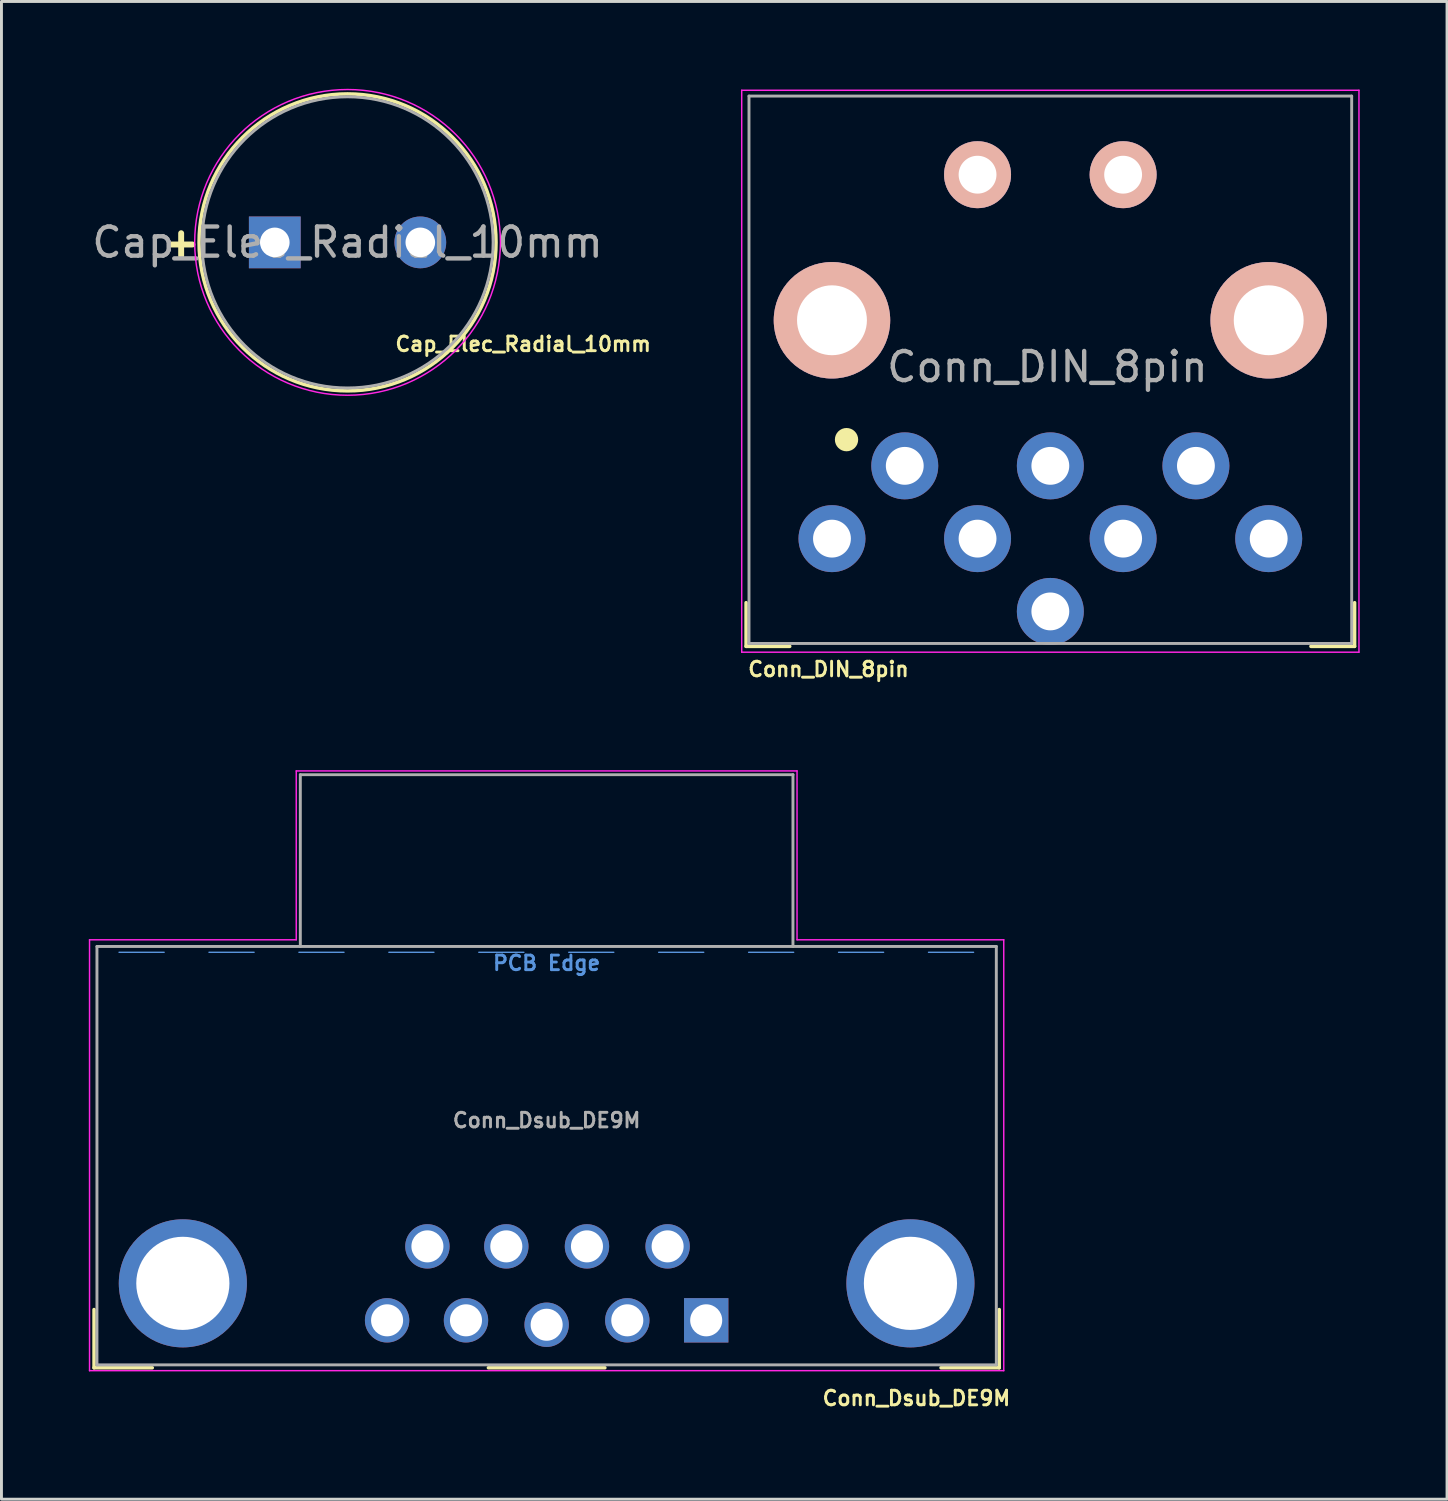
<source format=kicad_pcb>
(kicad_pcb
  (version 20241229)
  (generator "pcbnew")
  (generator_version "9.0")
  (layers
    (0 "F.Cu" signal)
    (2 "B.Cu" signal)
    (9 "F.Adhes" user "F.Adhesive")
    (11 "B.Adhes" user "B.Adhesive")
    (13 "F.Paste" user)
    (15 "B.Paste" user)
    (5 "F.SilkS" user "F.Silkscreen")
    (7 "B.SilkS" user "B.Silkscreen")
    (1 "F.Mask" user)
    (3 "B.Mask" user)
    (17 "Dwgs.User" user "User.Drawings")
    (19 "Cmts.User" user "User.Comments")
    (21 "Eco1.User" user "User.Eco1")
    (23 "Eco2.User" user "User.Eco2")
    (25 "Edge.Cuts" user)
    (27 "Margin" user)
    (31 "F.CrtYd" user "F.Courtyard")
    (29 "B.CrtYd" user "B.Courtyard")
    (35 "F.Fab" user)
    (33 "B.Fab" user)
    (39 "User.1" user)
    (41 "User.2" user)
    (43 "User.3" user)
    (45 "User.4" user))
  (footprint "Conn_DIN_8pin"
    (layer "F.Cu")
    (at 33.025 0.25)
    (property "Reference" "Conn_DIN_8pin" (at -7.62 19.685 0) (layer "F.SilkS") (effects (font (size 0.5 0.5) (thickness 0.1))))
    (attr through_hole)
    (fp_line (start -10.45 18.9) (end -10.45 17.4) (stroke (width 0.12) (type solid)) (layer "F.SilkS"))
    (fp_line (start -10.45 18.9) (end -8.95 18.9) (stroke (width 0.12) (type solid)) (layer "F.SilkS"))
    (fp_line (start 10.45 18.9) (end 8.95 18.9) (stroke (width 0.12) (type solid)) (layer "F.SilkS"))
    (fp_line (start 10.45 18.9) (end 10.45 17.4) (stroke (width 0.12) (type solid)) (layer "F.SilkS"))
    (fp_circle (center -7 11.8) (end -6.8 11.8) (stroke (width 0.4) (type solid)) (fill no) (layer "F.SilkS"))
    (fp_line (start -10.6 -0.2) (end -10.6 19.1) (stroke (width 0.05) (type solid)) (layer "F.CrtYd"))
    (fp_line (start -10.6 19.1) (end 10.6 19.1) (stroke (width 0.05) (type solid)) (layer "F.CrtYd"))
    (fp_line (start 10.6 -0.2) (end -10.6 -0.2) (stroke (width 0.05) (type solid)) (layer "F.CrtYd"))
    (fp_line (start 10.6 19.1) (end 10.6 -0.2) (stroke (width 0.05) (type solid)) (layer "F.CrtYd"))
    (fp_line (start -10.35 0) (end 10.35 0) (stroke (width 0.1) (type solid)) (layer "F.Fab"))
    (fp_line (start -10.35 18.8) (end -10.35 0) (stroke (width 0.1) (type solid)) (layer "F.Fab"))
    (fp_line (start 10.35 0) (end 10.35 18.8) (stroke (width 0.1) (type solid)) (layer "F.Fab"))
    (fp_line (start 10.35 18.8) (end -10.35 18.8) (stroke (width 0.1) (type solid)) (layer "F.Fab"))
    (fp_text user "${REFERENCE}" (at -0.1 9.3 0) (layer "F.Fab") (effects (font (size 1 1) (thickness 0.15))))
    (pad "1" thru_hole circle (at -5 12.7 180) (size 2.3 2.3) (drill 1.3) (layers "*.Cu" "*.Mask"))
    (pad "2" thru_hole circle (at 0 12.7 180) (size 2.3 2.3) (drill 1.3) (layers "*.Cu" "*.Mask"))
    (pad "3" thru_hole circle (at 5 12.7 180) (size 2.3 2.3) (drill 1.3) (layers "*.Cu" "*.Mask"))
    (pad "4" thru_hole circle (at -2.5 15.2 180) (size 2.3 2.3) (drill 1.3) (layers "*.Cu" "*.Mask"))
    (pad "5" thru_hole circle (at 2.5 15.2 180) (size 2.3 2.3) (drill 1.3) (layers "*.Cu" "*.Mask"))
    (pad "6" thru_hole circle (at -7.5 15.2 180) (size 2.3 2.3) (drill 1.3) (layers "*.Cu" "*.Mask"))
    (pad "7" thru_hole circle (at 7.5 15.2 180) (size 2.3 2.3) (drill 1.3) (layers "*.Cu" "*.Mask"))
    (pad "8" thru_hole circle (at 0 17.7 180) (size 2.3 2.3) (drill 1.3) (layers "*.Cu" "*.Mask"))
    (pad "SH" thru_hole circle (at -7.5 7.7 180) (size 4 4) (drill 2.4) (layers "*.Cu" "*.Mask" "B.SilkS"))
    (pad "SH" thru_hole circle (at -2.5 2.7 180) (size 2.3 2.3) (drill 1.3) (layers "*.Cu" "*.Mask" "B.SilkS"))
    (pad "SH" thru_hole circle (at 2.5 2.7 180) (size 2.3 2.3) (drill 1.3) (layers "*.Cu" "*.Mask" "B.SilkS"))
    (pad "SH" thru_hole circle (at 7.5 7.7 180) (size 4 4) (drill 2.4) (layers "*.Cu" "*.Mask" "B.SilkS")))
  (footprint "Conn_Dsub_DE9M"
    (layer "F.Cu")
    (at 15.725 41.028)
    (property "Reference" "Conn_Dsub_DE9M" (at 12.7 3.945 180) (layer "F.SilkS") (effects (font (size 0.5 0.5) (thickness 0.1))))
    (attr through_hole)
    (fp_line (start -15.545 2.9) (end -15.545 0.9) (stroke (width 0.12) (type solid)) (layer "F.SilkS"))
    (fp_line (start -15.545 2.9) (end -13.545 2.9) (stroke (width 0.12) (type solid)) (layer "F.SilkS"))
    (fp_line (start -2 2.9) (end 2 2.9) (stroke (width 0.12) (type solid)) (layer "F.SilkS"))
    (fp_line (start 15.545 2.9) (end 13.545 2.9) (stroke (width 0.12) (type solid)) (layer "F.SilkS"))
    (fp_line (start 15.545 2.9) (end 15.545 0.9) (stroke (width 0.12) (type solid)) (layer "F.SilkS"))
    (fp_line (start -14.684 -11.37) (end -13.139 -11.37) (stroke (width 0.05) (type solid)) (layer "Cmts.User"))
    (fp_line (start -10.05 -11.37) (end -11.595 -11.37) (stroke (width 0.05) (type solid)) (layer "Cmts.User"))
    (fp_line (start -6.962 -11.37) (end -8.506 -11.37) (stroke (width 0.05) (type solid)) (layer "Cmts.User"))
    (fp_line (start -3.873 -11.37) (end -5.417 -11.37) (stroke (width 0.05) (type solid)) (layer "Cmts.User"))
    (fp_line (start -0.783 -11.37) (end -2.328 -11.37) (stroke (width 0.05) (type solid)) (layer "Cmts.User"))
    (fp_line (start 2.305 -11.37) (end 0.761 -11.37) (stroke (width 0.05) (type solid)) (layer "Cmts.User"))
    (fp_line (start 5.394 -11.37) (end 3.85 -11.37) (stroke (width 0.05) (type solid)) (layer "Cmts.User"))
    (fp_line (start 8.483 -11.37) (end 6.939 -11.37) (stroke (width 0.05) (type solid)) (layer "Cmts.User"))
    (fp_line (start 11.572 -11.37) (end 10.028 -11.37) (stroke (width 0.05) (type solid)) (layer "Cmts.User"))
    (fp_line (start 14.662 -11.37) (end 13.117 -11.37) (stroke (width 0.05) (type solid)) (layer "Cmts.User"))
    (fp_line (start -15.7 -11.8) (end -8.6 -11.8) (stroke (width 0.05) (type solid)) (layer "F.CrtYd"))
    (fp_line (start -15.7 3) (end -15.7 -11.8) (stroke (width 0.05) (type solid)) (layer "F.CrtYd"))
    (fp_line (start -15.7 3) (end 15.7 3) (stroke (width 0.05) (type solid)) (layer "F.CrtYd"))
    (fp_line (start -8.6 -17.6) (end -8.6 -11.8) (stroke (width 0.05) (type solid)) (layer "F.CrtYd"))
    (fp_line (start -8.6 -17.6) (end 8.6 -17.6) (stroke (width 0.05) (type solid)) (layer "F.CrtYd"))
    (fp_line (start 8.6 -17.6) (end 8.6 -11.8) (stroke (width 0.05) (type solid)) (layer "F.CrtYd"))
    (fp_line (start 15.7 -11.8) (end 8.6 -11.8) (stroke (width 0.05) (type solid)) (layer "F.CrtYd"))
    (fp_line (start 15.7 3) (end 15.7 -11.8) (stroke (width 0.05) (type solid)) (layer "F.CrtYd"))
    (fp_line (start -15.445 -11.57) (end -15.445 2.8) (stroke (width 0.1) (type solid)) (layer "F.Fab"))
    (fp_line (start -15.445 -11.57) (end 15.445 -11.57) (stroke (width 0.1) (type solid)) (layer "F.Fab"))
    (fp_line (start -15.445 2.8) (end 15.445 2.8) (stroke (width 0.1) (type solid)) (layer "F.Fab"))
    (fp_line (start -8.46 -17.47) (end 8.46 -17.47) (stroke (width 0.1) (type solid)) (layer "F.Fab"))
    (fp_line (start -8.46 -11.57) (end -8.46 -17.47) (stroke (width 0.1) (type solid)) (layer "F.Fab"))
    (fp_line (start 8.46 -17.47) (end 8.46 -11.57) (stroke (width 0.1) (type solid)) (layer "F.Fab"))
    (fp_line (start 15.445 -11.57) (end 15.445 2.8) (stroke (width 0.1) (type solid)) (layer "F.Fab"))
    (fp_text user "PCB Edge" (at 0 -11 0) (layer "Cmts.User") (effects (font (size 0.5 0.5) (thickness 0.1))))
    (fp_text user "${REFERENCE}" (at 0 -5.6 0) (layer "F.Fab") (effects (font (size 0.5 0.5) (thickness 0.1))))
    (pad "1" thru_hole rect (at 5.48 1.27) (size 1.524 1.524) (drill 1.1) (layers "*.Cu" "*.Mask"))
    (pad "2" thru_hole circle (at 2.77 1.27) (size 1.524 1.524) (drill 1.1) (layers "*.Cu" "*.Mask"))
    (pad "3" thru_hole circle (at 0 1.422) (size 1.524 1.524) (drill 1.1) (layers "*.Cu" "*.Mask"))
    (pad "4" thru_hole circle (at -2.77 1.27) (size 1.524 1.524) (drill 1.1) (layers "*.Cu" "*.Mask"))
    (pad "5" thru_hole circle (at -5.48 1.27) (size 1.524 1.524) (drill 1.1) (layers "*.Cu" "*.Mask"))
    (pad "6" thru_hole circle (at 4.155 -1.27) (size 1.524 1.524) (drill 1.1) (layers "*.Cu" "*.Mask"))
    (pad "7" thru_hole circle (at 1.385 -1.27) (size 1.524 1.524) (drill 1.1) (layers "*.Cu" "*.Mask"))
    (pad "8" thru_hole circle (at -1.385 -1.27) (size 1.524 1.524) (drill 1.1) (layers "*.Cu" "*.Mask"))
    (pad "9" thru_hole circle (at -4.095 -1.27) (size 1.524 1.524) (drill 1.1) (layers "*.Cu" "*.Mask"))
    (pad "GND" thru_hole circle (at -12.495 0) (size 4.4 4.4) (drill 3.2) (layers "*.Cu" "*.Mask"))
    (pad "GND" thru_hole circle (at 12.495 0) (size 4.4 4.4) (drill 3.2) (layers "*.Cu" "*.Mask")))
  (footprint "Cap_Elec_Radial_10mm"
    (layer "F.Cu")
    (at 8.887 5.275)
    (property "Reference" "Cap_Elec_Radial_10mm" (at 6.032 3.493 0) (layer "F.SilkS") (effects (font (size 0.5 0.5) (thickness 0.1))))
    (attr through_hole)
    (fp_circle (center 0 0) (end 5.1 0) (stroke (width 0.12) (type solid)) (fill no) (layer "F.SilkS"))
    (fp_circle (center 0 0) (end 5.25 0) (stroke (width 0.05) (type solid)) (fill no) (layer "F.CrtYd"))
    (fp_circle (center 0 0) (end 5 0) (stroke (width 0.1) (type solid)) (fill no) (layer "F.Fab"))
    (fp_text user "+" (at -5.715 0 0) (layer "F.SilkS") (effects (font (size 1.016 1.016) (thickness 0.203))))
    (fp_text user "${REFERENCE}" (at 0 0 0) (layer "F.Fab") (effects (font (size 1 1) (thickness 0.15))))
    (pad "1" thru_hole rect (at -2.499 0) (size 1.778 1.778) (drill 1.016) (layers "*.Cu" "*.Mask"))
    (pad "2" thru_hole circle (at 2.499 0) (size 1.778 1.778) (drill 1.016) (layers "*.Cu" "*.Mask")))
  (gr_rect
    (start -3 -3)
    (end 46.65 48.441)
    (stroke (width 0.1) (type default))
    (fill no)
    (layer "Edge.Cuts")))
</source>
